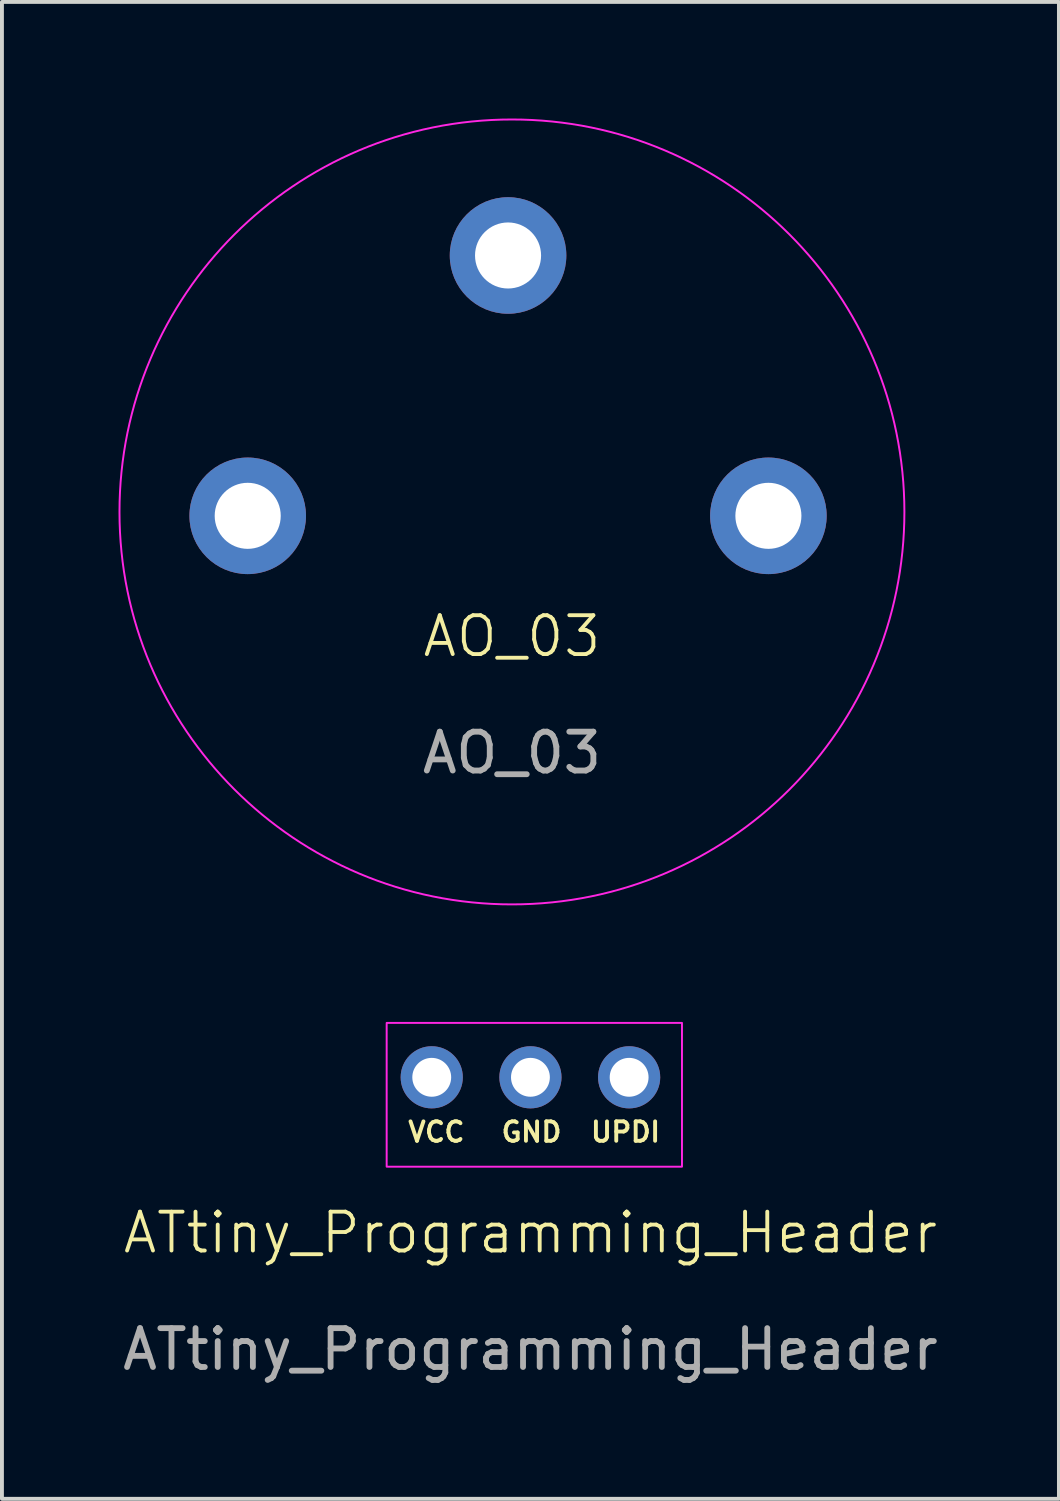
<source format=kicad_pcb>
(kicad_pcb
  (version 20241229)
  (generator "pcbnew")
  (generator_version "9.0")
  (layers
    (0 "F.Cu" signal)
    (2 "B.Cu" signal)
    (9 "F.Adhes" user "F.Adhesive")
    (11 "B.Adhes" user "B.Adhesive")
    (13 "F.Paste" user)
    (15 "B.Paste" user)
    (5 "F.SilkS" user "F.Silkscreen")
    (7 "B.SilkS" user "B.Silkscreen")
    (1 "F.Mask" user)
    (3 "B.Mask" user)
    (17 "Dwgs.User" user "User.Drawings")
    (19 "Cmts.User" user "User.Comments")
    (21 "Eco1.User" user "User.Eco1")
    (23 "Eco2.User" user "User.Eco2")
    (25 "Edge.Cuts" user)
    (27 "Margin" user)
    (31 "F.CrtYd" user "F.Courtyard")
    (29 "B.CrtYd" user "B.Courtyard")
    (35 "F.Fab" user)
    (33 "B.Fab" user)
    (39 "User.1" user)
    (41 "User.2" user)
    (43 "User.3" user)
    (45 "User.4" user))
  (footprint "ATtiny_Programming_Header"
    (layer "F.Cu")
    (at 10.601 29.175)
    (property "Reference" "ATtiny_Programming_Header" (at 0 -0.5 0) (unlocked yes) (layer "F.SilkS") (effects (font (size 1 1) (thickness 0.1))))
    (attr smd)
    (fp_rect (start -3.7 -5.9) (end 3.9 -2.2) (stroke (width 0.05) (type default)) (fill no) (layer "F.CrtYd"))
    (fp_text user "GND" (at -0.8 -2.8 0) (unlocked yes) (layer "F.SilkS") (effects (font (size 0.5 0.5) (thickness 0.1) (bold yes)) (justify left bottom)))
    (fp_text user "UPDI" (at 1.5 -2.8 0) (unlocked yes) (layer "F.SilkS") (effects (font (size 0.5 0.5) (thickness 0.1) (bold yes)) (justify left bottom)))
    (fp_text user "VCC" (at -3.2 -2.8 0) (unlocked yes) (layer "F.SilkS") (effects (font (size 0.5 0.5) (thickness 0.1) (bold yes)) (justify left bottom)))
    (fp_text user "${REFERENCE}" (at 0 2.5 0) (unlocked yes) (layer "F.Fab") (effects (font (size 1 1) (thickness 0.15))))
    (pad "1" thru_hole circle (at -2.54 -4.5 90) (size 1.6 1.6) (drill 1) (layers "*.Cu" "*.Mask"))
    (pad "2" thru_hole circle (at 0 -4.5 90) (size 1.6 1.6) (drill 1) (layers "*.Cu" "*.Mask"))
    (pad "3" thru_hole circle (at 2.54 -4.5 90) (size 1.6 1.6) (drill 1) (layers "*.Cu" "*.Mask")))
  (footprint "AO_03"
    (layer "F.Cu")
    (at 10.125 13.825)
    (property "Reference" "AO_03" (at 0 -0.5 0) (unlocked yes) (layer "F.SilkS") (effects (font (size 1 1) (thickness 0.1))))
    (attr smd)
    (fp_circle (center 0 -3.7) (end 10.1 -3.7) (stroke (width 0.05) (type solid)) (fill no) (layer "F.CrtYd"))
    (fp_text user "${REFERENCE}" (at 0 2.5 0) (unlocked yes) (layer "F.Fab") (effects (font (size 1 1) (thickness 0.15))))
    (pad "" thru_hole circle (at -6.8 -3.6) (size 3 3) (drill 1.7) (layers "*.Cu" "*.Mask"))
    (pad "" thru_hole circle (at -0.1 -10.3) (size 3 3) (drill 1.7) (layers "*.Cu" "*.Mask"))
    (pad "" thru_hole circle (at 6.6 -3.6) (size 3 3) (drill 1.7) (layers "*.Cu" "*.Mask")))
  (gr_rect
    (start -3 -3)
    (end 24.202 35.523)
    (stroke (width 0.1) (type default))
    (fill no)
    (layer "Edge.Cuts")))
</source>
